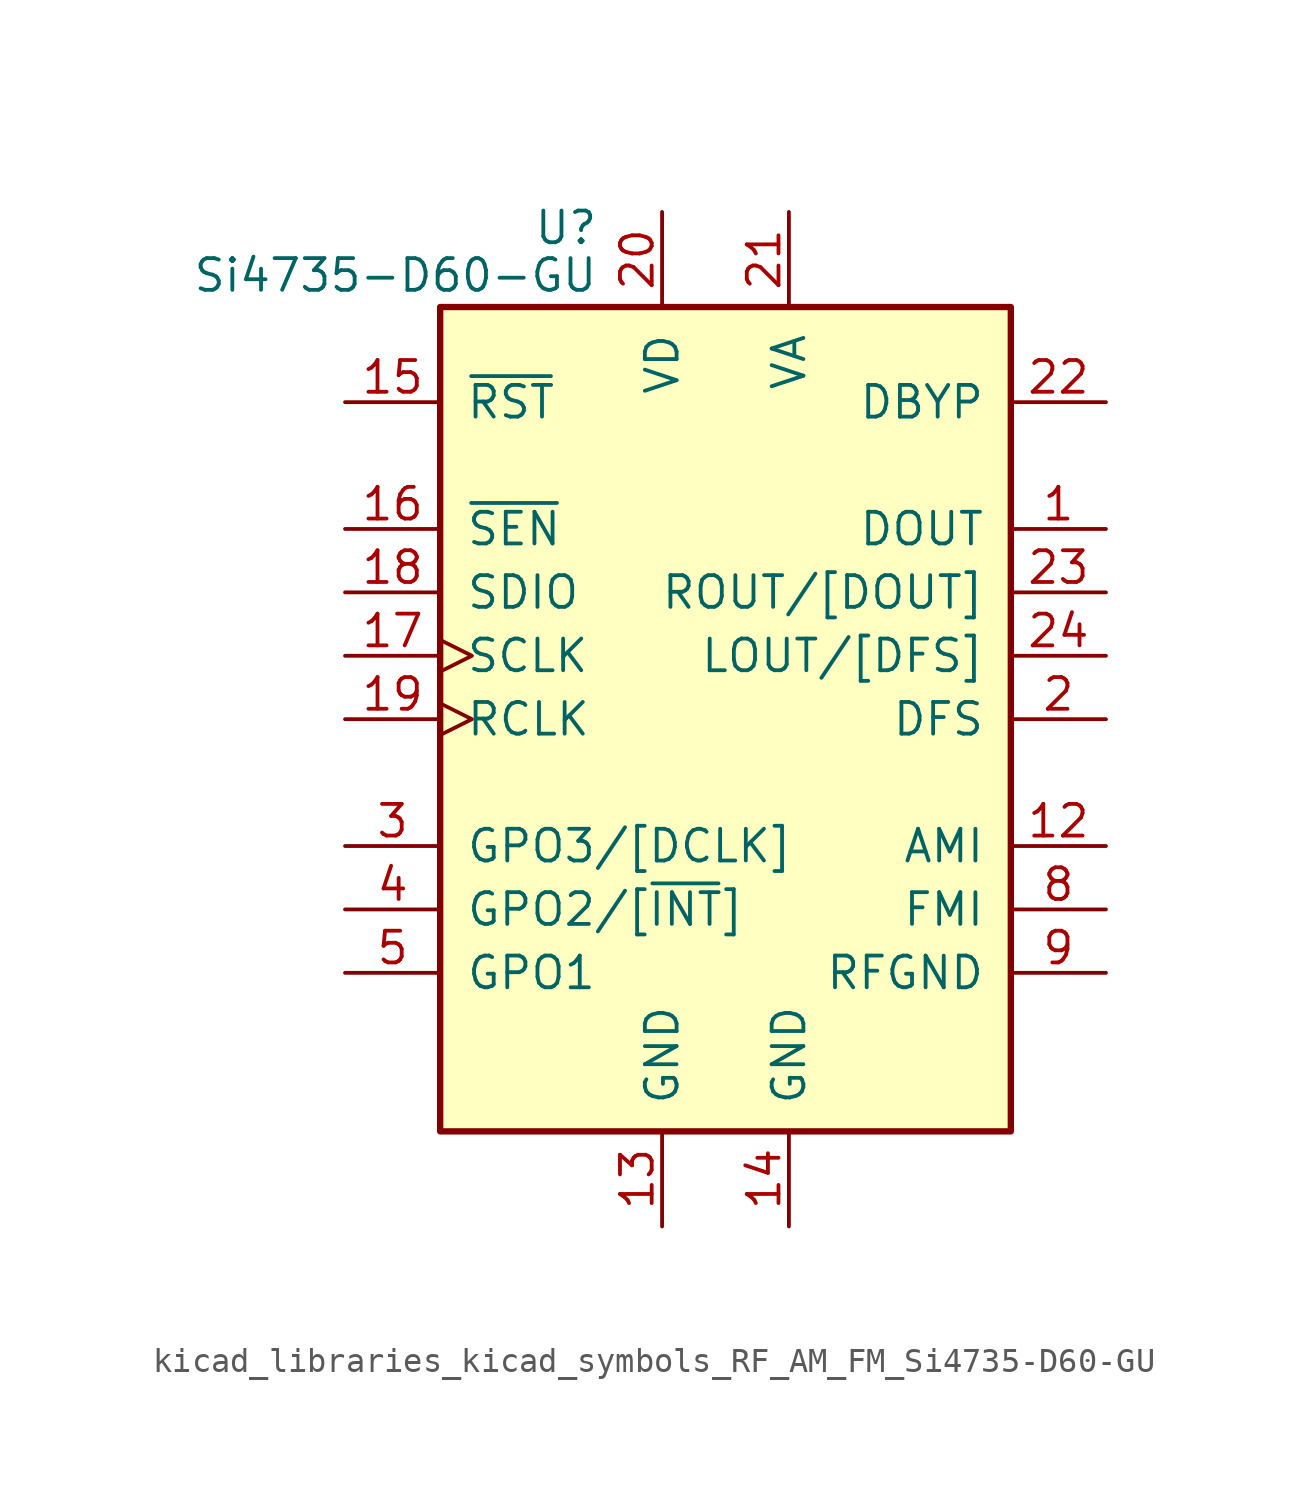
<source format=kicad_sym>
(kicad_symbol_lib
  (version 20220914)
  (generator kicad_symbol_editor)
  (symbol "kicad_libraries_kicad_symbols_RF_AM_FM_Si4735-D60-GU"
    (pin_names
      (offset 1.016))
    (property "Reference" "U"
      (at -5.08 19.685 0)
      (effects (font (size 1.27 1.27)) (justify right)))
    (property "Value" "Si4735-D60-GU"
      (at -5.08 17.78 0)
      (effects (font (size 1.27 1.27)) (justify right)))
    (symbol "kicad_libraries_kicad_symbols_RF_AM_FM_Si4735-D60-GU_0_1"
      (rectangle (start 11.43 16.51) (end -11.43 -16.51) (stroke (width 0.254) (type default)) (fill (type background))))
    (symbol "kicad_libraries_kicad_symbols_RF_AM_FM_Si4735-D60-GU_1_1"
      (pin output line (at 15.24 7.62 180) (length 3.81) (name "DOUT" (effects (font (size 1.27 1.27)))) (number "1" (effects (font (size 1.27 1.27)))))
      (pin no_connect line (at -5.08 -16.51 90) (length 3.81) hide (name "NC" (effects (font (size 1.27 1.27)))) (number "10" (effects (font (size 1.27 1.27)))))
      (pin no_connect line (at 5.08 -16.51 90) (length 3.81) hide (name "NC" (effects (font (size 1.27 1.27)))) (number "11" (effects (font (size 1.27 1.27)))))
      (pin input line (at 15.24 -5.08 180) (length 3.81) (name "AMI" (effects (font (size 1.27 1.27)))) (number "12" (effects (font (size 1.27 1.27)))))
      (pin power_in line (at -2.54 -20.32 90) (length 3.81) (name "GND" (effects (font (size 1.27 1.27)))) (number "13" (effects (font (size 1.27 1.27)))))
      (pin power_in line (at 2.54 -20.32 90) (length 3.81) (name "GND" (effects (font (size 1.27 1.27)))) (number "14" (effects (font (size 1.27 1.27)))))
      (pin input line (at -15.24 12.7 0) (length 3.81) (name "~{RST}" (effects (font (size 1.27 1.27)))) (number "15" (effects (font (size 1.27 1.27)))))
      (pin input line (at -15.24 7.62 0) (length 3.81) (name "~{SEN}" (effects (font (size 1.27 1.27)))) (number "16" (effects (font (size 1.27 1.27)))))
      (pin input clock (at -15.24 2.54 0) (length 3.81) (name "SCLK" (effects (font (size 1.27 1.27)))) (number "17" (effects (font (size 1.27 1.27)))))
      (pin bidirectional line (at -15.24 5.08 0) (length 3.81) (name "SDIO" (effects (font (size 1.27 1.27)))) (number "18" (effects (font (size 1.27 1.27)))))
      (pin input clock (at -15.24 0 0) (length 3.81) (name "RCLK" (effects (font (size 1.27 1.27)))) (number "19" (effects (font (size 1.27 1.27)))))
      (pin input line (at 15.24 0 180) (length 3.81) (name "DFS" (effects (font (size 1.27 1.27)))) (number "2" (effects (font (size 1.27 1.27)))))
      (pin power_in line (at -2.54 20.32 270) (length 3.81) (name "VD" (effects (font (size 1.27 1.27)))) (number "20" (effects (font (size 1.27 1.27)))))
      (pin power_in line (at 2.54 20.32 270) (length 3.81) (name "VA" (effects (font (size 1.27 1.27)))) (number "21" (effects (font (size 1.27 1.27)))))
      (pin passive line (at 15.24 12.7 180) (length 3.81) (name "DBYP" (effects (font (size 1.27 1.27)))) (number "22" (effects (font (size 1.27 1.27)))))
      (pin output line (at 15.24 5.08 180) (length 3.81) (name "ROUT/[DOUT]" (effects (font (size 1.27 1.27)))) (number "23" (effects (font (size 1.27 1.27)))))
      (pin bidirectional line (at 15.24 2.54 180) (length 3.81) (name "LOUT/[DFS]" (effects (font (size 1.27 1.27)))) (number "24" (effects (font (size 1.27 1.27)))))
      (pin bidirectional line (at -15.24 -5.08 0) (length 3.81) (name "GPO3/[DCLK]" (effects (font (size 1.27 1.27)))) (number "3" (effects (font (size 1.27 1.27)))))
      (pin output line (at -15.24 -7.62 0) (length 3.81) (name "GPO2/[~{INT}]" (effects (font (size 1.27 1.27)))) (number "4" (effects (font (size 1.27 1.27)))))
      (pin output line (at -15.24 -10.16 0) (length 3.81) (name "GPO1" (effects (font (size 1.27 1.27)))) (number "5" (effects (font (size 1.27 1.27)))))
      (pin no_connect line (at -11.43 -12.7 0) (length 3.81) hide (name "NC" (effects (font (size 1.27 1.27)))) (number "6" (effects (font (size 1.27 1.27)))))
      (pin no_connect line (at 11.43 -12.7 180) (length 3.81) hide (name "NC" (effects (font (size 1.27 1.27)))) (number "7" (effects (font (size 1.27 1.27)))))
      (pin input line (at 15.24 -7.62 180) (length 3.81) (name "FMI" (effects (font (size 1.27 1.27)))) (number "8" (effects (font (size 1.27 1.27)))))
      (pin power_in line (at 15.24 -10.16 180) (length 3.81) (name "RFGND" (effects (font (size 1.27 1.27)))) (number "9" (effects (font (size 1.27 1.27))))))))
</source>
